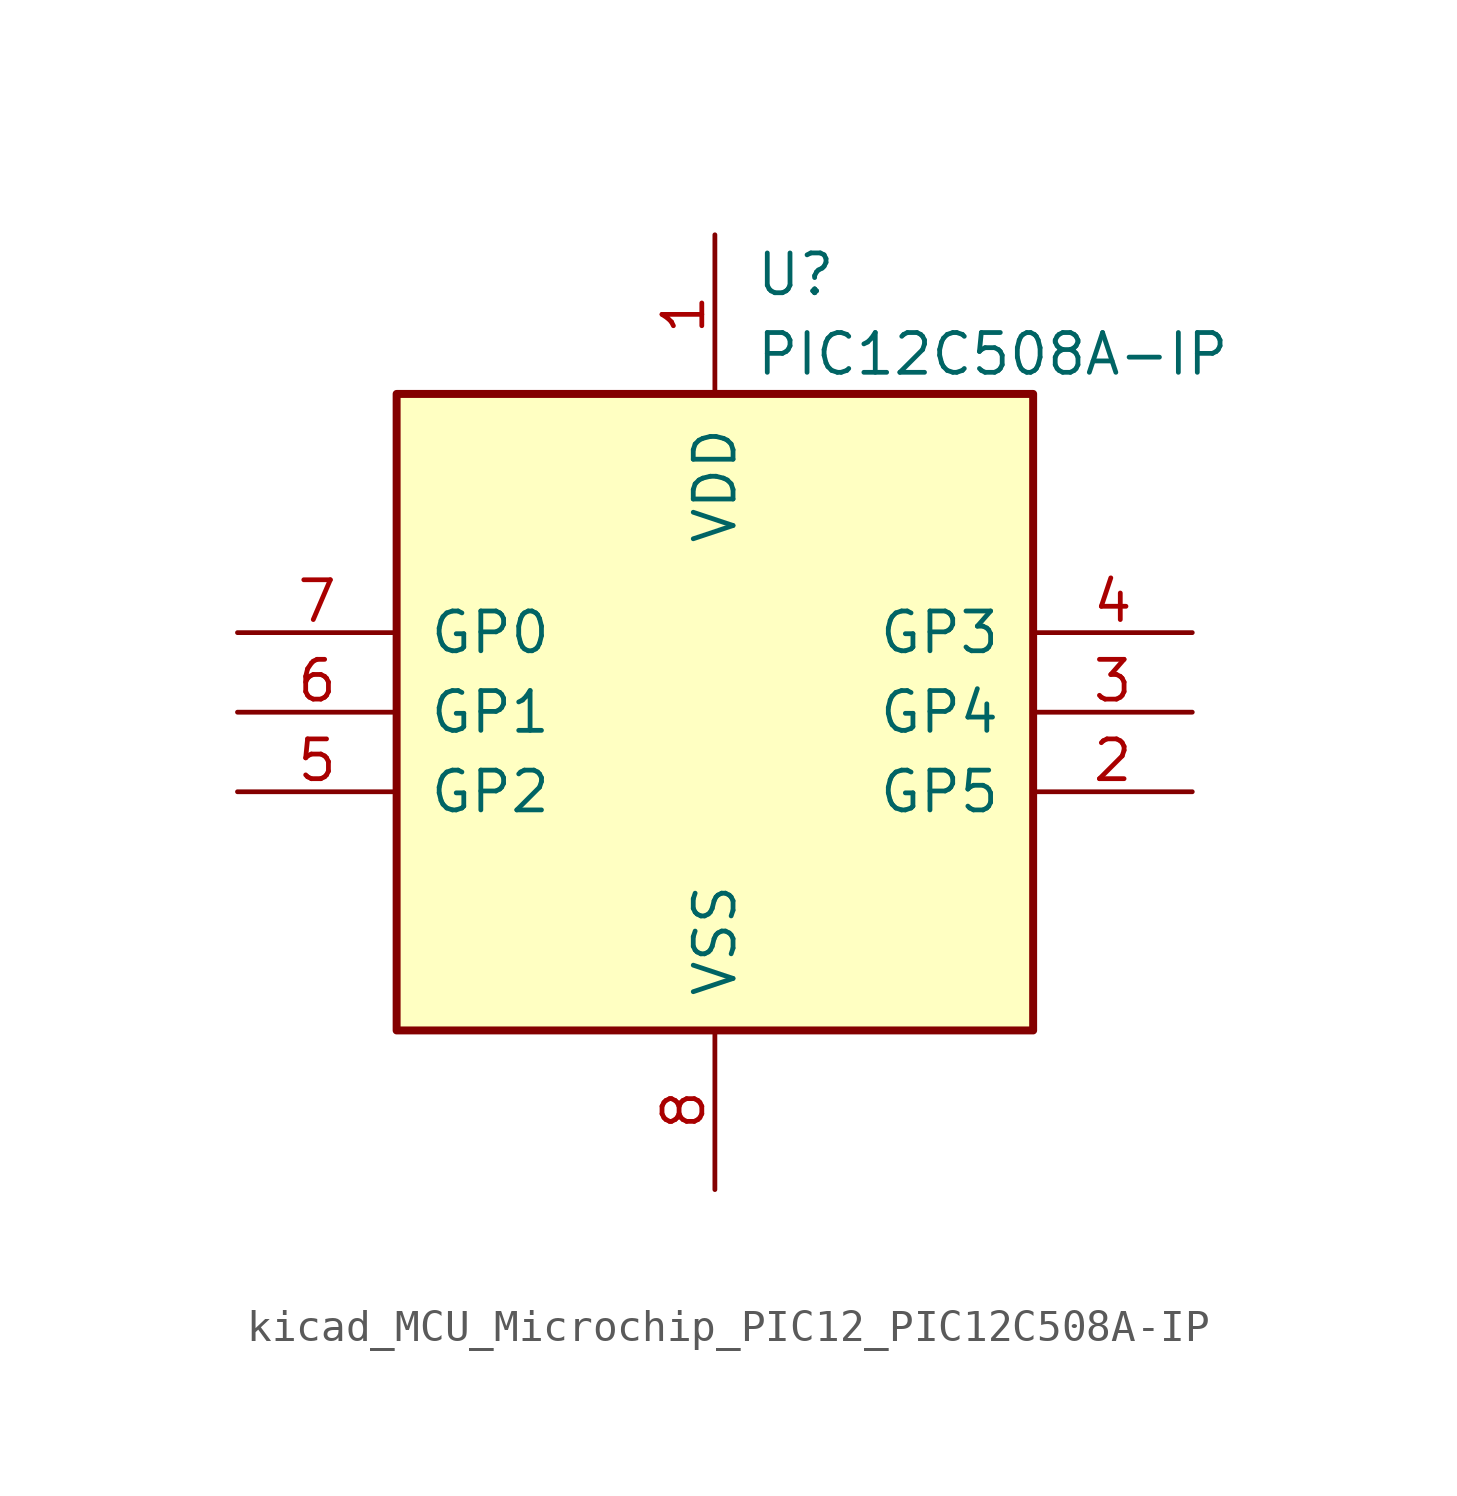
<source format=kicad_sym>
(kicad_symbol_lib
  (version 20220914)
  (generator kicad_symbol_editor)
  (symbol "kicad_MCU_Microchip_PIC12_PIC12C508A-IP"
    (pin_names
      (offset 1.016))
    (property "Reference" "U"
      (at 1.27 13.97 0)
      (effects (font (size 1.27 1.27)) (justify left)))
    (property "Value" "PIC12C508A-IP"
      (at 1.27 11.43 0)
      (effects (font (size 1.27 1.27)) (justify left)))
    (symbol "kicad_MCU_Microchip_PIC12_PIC12C508A-IP_0_1"
      (rectangle (start 10.16 -10.16) (end -10.16 10.16) (stroke (width 0.254) (type default)) (fill (type background))))
    (symbol "kicad_MCU_Microchip_PIC12_PIC12C508A-IP_1_1"
      (pin power_in line (at 0 15.24 270) (length 5.08) (name "VDD" (effects (font (size 1.27 1.27)))) (number "1" (effects (font (size 1.27 1.27)))))
      (pin bidirectional line (at 15.24 -2.54 180) (length 5.08) (name "GP5" (effects (font (size 1.27 1.27)))) (number "2" (effects (font (size 1.27 1.27)))))
      (pin bidirectional line (at 15.24 0 180) (length 5.08) (name "GP4" (effects (font (size 1.27 1.27)))) (number "3" (effects (font (size 1.27 1.27)))))
      (pin input line (at 15.24 2.54 180) (length 5.08) (name "GP3" (effects (font (size 1.27 1.27)))) (number "4" (effects (font (size 1.27 1.27)))))
      (pin bidirectional line (at -15.24 -2.54 0) (length 5.08) (name "GP2" (effects (font (size 1.27 1.27)))) (number "5" (effects (font (size 1.27 1.27)))))
      (pin bidirectional line (at -15.24 0 0) (length 5.08) (name "GP1" (effects (font (size 1.27 1.27)))) (number "6" (effects (font (size 1.27 1.27)))))
      (pin bidirectional line (at -15.24 2.54 0) (length 5.08) (name "GP0" (effects (font (size 1.27 1.27)))) (number "7" (effects (font (size 1.27 1.27)))))
      (pin power_in line (at 0 -15.24 90) (length 5.08) (name "VSS" (effects (font (size 1.27 1.27)))) (number "8" (effects (font (size 1.27 1.27))))))))
</source>
